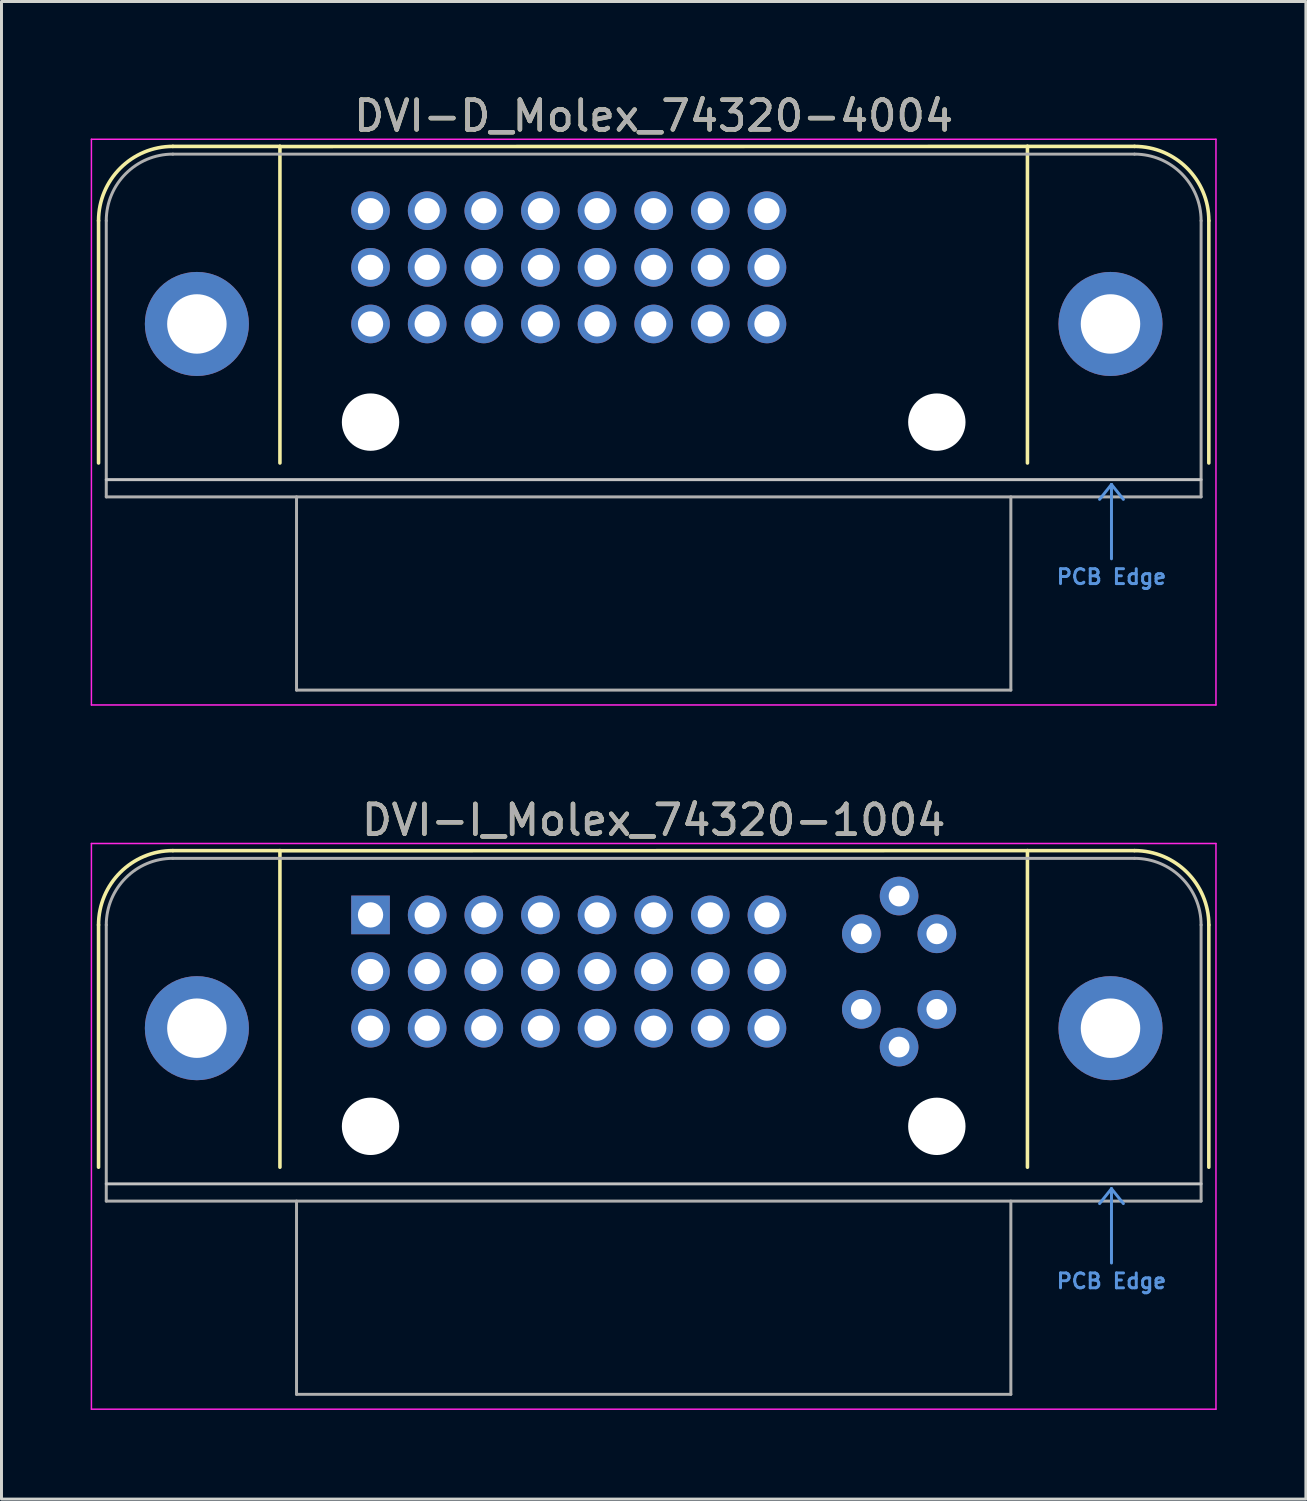
<source format=kicad_pcb>
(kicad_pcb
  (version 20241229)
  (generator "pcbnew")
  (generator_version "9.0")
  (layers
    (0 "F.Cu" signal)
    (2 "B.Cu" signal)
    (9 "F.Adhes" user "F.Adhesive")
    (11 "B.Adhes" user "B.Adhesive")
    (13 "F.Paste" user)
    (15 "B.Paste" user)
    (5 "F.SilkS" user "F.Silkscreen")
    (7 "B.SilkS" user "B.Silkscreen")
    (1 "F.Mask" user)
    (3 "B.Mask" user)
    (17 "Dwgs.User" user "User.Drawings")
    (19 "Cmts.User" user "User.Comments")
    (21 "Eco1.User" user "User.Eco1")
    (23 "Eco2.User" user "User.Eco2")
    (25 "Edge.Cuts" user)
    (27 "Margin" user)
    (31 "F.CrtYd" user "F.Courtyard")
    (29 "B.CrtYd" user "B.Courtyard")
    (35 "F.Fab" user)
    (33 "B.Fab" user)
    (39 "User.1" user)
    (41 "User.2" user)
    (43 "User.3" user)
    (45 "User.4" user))
  (footprint "DVI-I_Molex_74320-1004"
    (layer "F.Cu")
    (at 18.94 31.538)
    (property "Reference" "DVI-I_Molex_74320-1004" (at 0 -7 0) (layer "F.SilkS") (effects (font (size 1 1) (thickness 0.15))))
    (attr through_hole)
    (fp_line (start -18.675 -3.473) (end -18.675 4.677) (stroke (width 0.12) (type solid)) (layer "F.SilkS"))
    (fp_line (start -16.175 -5.973) (end -12.573 -5.973) (stroke (width 0.12) (type solid)) (layer "F.SilkS"))
    (fp_line (start -12.573 -5.973) (end -12.573 4.677) (stroke (width 0.12) (type solid)) (layer "F.SilkS"))
    (fp_line (start -12.573 -5.969) (end 12.573 -5.973) (stroke (width 0.12) (type solid)) (layer "F.SilkS"))
    (fp_line (start 12.573 -5.973) (end 12.573 4.677) (stroke (width 0.12) (type solid)) (layer "F.SilkS"))
    (fp_line (start 12.573 -5.973) (end 16.175 -5.973) (stroke (width 0.12) (type solid)) (layer "F.SilkS"))
    (fp_line (start 18.675 -3.473) (end 18.675 4.677) (stroke (width 0.12) (type solid)) (layer "F.SilkS"))
    (fp_arc (start -18.675 -3.4734) (mid -17.942767 -5.241167) (end -16.175 -5.9734) (stroke (width 0.12) (type solid)) (layer "F.SilkS"))
    (fp_arc (start 16.175 -5.9734) (mid 17.942767 -5.241167) (end 18.675 -3.4734) (stroke (width 0.12) (type solid)) (layer "F.SilkS"))
    (fp_line (start -18.415 5.237) (end 18.415 5.237) (stroke (width 0.1) (type default)) (layer "Dwgs.User"))
    (fp_line (start 15 5.9) (end 15.4 5.4) (stroke (width 0.1) (type default)) (layer "Cmts.User"))
    (fp_line (start 15.4 5.4) (end 15.4 7.9) (stroke (width 0.1) (type default)) (layer "Cmts.User"))
    (fp_line (start 15.4 5.4) (end 15.8 5.9) (stroke (width 0.1) (type default)) (layer "Cmts.User"))
    (fp_line (start -18.915 -6.213) (end 18.915 -6.213) (stroke (width 0.05) (type solid)) (layer "F.CrtYd"))
    (fp_line (start -18.915 12.817) (end -18.915 -6.213) (stroke (width 0.05) (type solid)) (layer "F.CrtYd"))
    (fp_line (start 18.915 -6.213) (end 18.915 12.817) (stroke (width 0.05) (type solid)) (layer "F.CrtYd"))
    (fp_line (start 18.915 12.817) (end -18.915 12.817) (stroke (width 0.05) (type solid)) (layer "F.CrtYd"))
    (fp_line (start -18.415 -3.473) (end -18.415 5.817) (stroke (width 0.1) (type solid)) (layer "F.Fab"))
    (fp_line (start -18.415 5.817) (end 18.415 5.817) (stroke (width 0.1) (type solid)) (layer "F.Fab"))
    (fp_line (start -16.175 -5.713) (end 16.175 -5.713) (stroke (width 0.1) (type default)) (layer "F.Fab"))
    (fp_line (start -12.015 12.317) (end -12.015 5.817) (stroke (width 0.1) (type solid)) (layer "F.Fab"))
    (fp_line (start -12.015 12.317) (end 12.015 12.317) (stroke (width 0.1) (type solid)) (layer "F.Fab"))
    (fp_line (start 12.015 12.317) (end 12.015 5.817) (stroke (width 0.1) (type solid)) (layer "F.Fab"))
    (fp_line (start 18.415 5.817) (end 18.415 -3.473) (stroke (width 0.1) (type solid)) (layer "F.Fab"))
    (fp_arc (start -18.415 -3.4734) (mid -17.758919 -5.057319) (end -16.175 -5.7134) (stroke (width 0.1) (type default)) (layer "F.Fab"))
    (fp_arc (start 16.175 -5.7134) (mid 17.758919 -5.057319) (end 18.415 -3.4734) (stroke (width 0.1) (type default)) (layer "F.Fab"))
    (fp_text user "PCB Edge" (at 15.4 8.8 0) (unlocked yes) (layer "Cmts.User") (effects (font (size 0.5 0.5) (thickness 0.1) (bold yes)) (justify bottom)))
    (fp_text user "${REFERENCE}" (at 0 -7 0) (layer "F.Fab") (effects (font (size 1 1) (thickness 0.15))))
    (pad "" np_thru_hole circle (at -9.525 3.302) (size 1.93 1.93) (drill 1.93) (layers "*.Cu" "*.Mask"))
    (pad "" np_thru_hole circle (at 9.525 3.302) (size 1.93 1.93) (drill 1.93) (layers "*.Cu" "*.Mask"))
    (pad "1" thru_hole rect (at -9.525 -3.81) (size 1.3 1.3) (drill 0.85) (layers "*.Cu" "*.Mask"))
    (pad "2" thru_hole circle (at -7.62 -3.81) (size 1.3 1.3) (drill 0.85) (layers "*.Cu" "*.Mask"))
    (pad "3" thru_hole circle (at -5.715 -3.81) (size 1.3 1.3) (drill 0.85) (layers "*.Cu" "*.Mask"))
    (pad "4" thru_hole circle (at -3.81 -3.81) (size 1.3 1.3) (drill 0.85) (layers "*.Cu" "*.Mask"))
    (pad "5" thru_hole circle (at -1.905 -3.81) (size 1.3 1.3) (drill 0.85) (layers "*.Cu" "*.Mask"))
    (pad "6" thru_hole circle (at 0 -3.81) (size 1.3 1.3) (drill 0.85) (layers "*.Cu" "*.Mask"))
    (pad "7" thru_hole circle (at 1.905 -3.81) (size 1.3 1.3) (drill 0.85) (layers "*.Cu" "*.Mask"))
    (pad "8" thru_hole circle (at 3.81 -3.81) (size 1.3 1.3) (drill 0.85) (layers "*.Cu" "*.Mask"))
    (pad "9" thru_hole circle (at -9.525 -1.905) (size 1.3 1.3) (drill 0.85) (layers "*.Cu" "*.Mask"))
    (pad "10" thru_hole circle (at -7.62 -1.905) (size 1.3 1.3) (drill 0.85) (layers "*.Cu" "*.Mask"))
    (pad "11" thru_hole circle (at -5.715 -1.905) (size 1.3 1.3) (drill 0.85) (layers "*.Cu" "*.Mask"))
    (pad "12" thru_hole circle (at -3.81 -1.905) (size 1.3 1.3) (drill 0.85) (layers "*.Cu" "*.Mask"))
    (pad "13" thru_hole circle (at -1.905 -1.905) (size 1.3 1.3) (drill 0.85) (layers "*.Cu" "*.Mask"))
    (pad "14" thru_hole circle (at 0 -1.905) (size 1.3 1.3) (drill 0.85) (layers "*.Cu" "*.Mask"))
    (pad "15" thru_hole circle (at 1.905 -1.905) (size 1.3 1.3) (drill 0.85) (layers "*.Cu" "*.Mask"))
    (pad "16" thru_hole circle (at 3.81 -1.905) (size 1.3 1.3) (drill 0.85) (layers "*.Cu" "*.Mask"))
    (pad "17" thru_hole circle (at -9.525 0) (size 1.3 1.3) (drill 0.85) (layers "*.Cu" "*.Mask"))
    (pad "18" thru_hole circle (at -7.62 0) (size 1.3 1.3) (drill 0.85) (layers "*.Cu" "*.Mask"))
    (pad "19" thru_hole circle (at -5.715 0) (size 1.3 1.3) (drill 0.85) (layers "*.Cu" "*.Mask"))
    (pad "20" thru_hole circle (at -3.81 0) (size 1.3 1.3) (drill 0.85) (layers "*.Cu" "*.Mask"))
    (pad "21" thru_hole circle (at -1.905 0) (size 1.3 1.3) (drill 0.85) (layers "*.Cu" "*.Mask"))
    (pad "22" thru_hole circle (at 0 0) (size 1.3 1.3) (drill 0.85) (layers "*.Cu" "*.Mask"))
    (pad "23" thru_hole circle (at 1.905 0) (size 1.3 1.3) (drill 0.85) (layers "*.Cu" "*.Mask"))
    (pad "24" thru_hole circle (at 3.81 0) (size 1.3 1.3) (drill 0.85) (layers "*.Cu" "*.Mask"))
    (pad "C1" thru_hole circle (at 6.985 -3.175) (size 1.3 1.3) (drill 0.7) (layers "*.Cu" "*.Mask"))
    (pad "C2" thru_hole circle (at 9.525 -3.175) (size 1.3 1.3) (drill 0.7) (layers "*.Cu" "*.Mask"))
    (pad "C3" thru_hole circle (at 6.985 -0.635) (size 1.3 1.3) (drill 0.7) (layers "*.Cu" "*.Mask"))
    (pad "C4" thru_hole circle (at 9.525 -0.635) (size 1.3 1.3) (drill 0.7) (layers "*.Cu" "*.Mask"))
    (pad "C5" thru_hole circle (at 8.255 -4.445) (size 1.3 1.3) (drill 0.7) (layers "*.Cu" "*.Mask"))
    (pad "C5" thru_hole circle (at 8.255 0.635) (size 1.3 1.3) (drill 0.7) (layers "*.Cu" "*.Mask"))
    (pad "SH" thru_hole circle (at -15.367 0) (size 3.5 3.5) (drill 2) (layers "*.Cu" "*.Mask"))
    (pad "SH" thru_hole circle (at 15.367 0) (size 3.5 3.5) (drill 2) (layers "*.Cu" "*.Mask")))
  (footprint "DVI-D_Molex_74320-4004"
    (layer "F.Cu")
    (at 18.94 7.848)
    (property "Reference" "DVI-D_Molex_74320-4004" (at 0 -7 0) (layer "F.SilkS") (effects (font (size 1 1) (thickness 0.15))))
    (attr through_hole)
    (fp_line (start -18.675 -3.473) (end -18.675 4.677) (stroke (width 0.12) (type solid)) (layer "F.SilkS"))
    (fp_line (start -16.175 -5.973) (end -12.573 -5.973) (stroke (width 0.12) (type solid)) (layer "F.SilkS"))
    (fp_line (start -12.573 -5.973) (end -12.573 4.677) (stroke (width 0.12) (type solid)) (layer "F.SilkS"))
    (fp_line (start -12.573 -5.969) (end 12.573 -5.973) (stroke (width 0.12) (type solid)) (layer "F.SilkS"))
    (fp_line (start 12.573 -5.973) (end 12.573 4.677) (stroke (width 0.12) (type solid)) (layer "F.SilkS"))
    (fp_line (start 12.573 -5.973) (end 16.175 -5.973) (stroke (width 0.12) (type solid)) (layer "F.SilkS"))
    (fp_line (start 18.675 -3.473) (end 18.675 4.677) (stroke (width 0.12) (type solid)) (layer "F.SilkS"))
    (fp_arc (start -18.675 -3.4734) (mid -17.942767 -5.241167) (end -16.175 -5.9734) (stroke (width 0.12) (type solid)) (layer "F.SilkS"))
    (fp_arc (start 16.175 -5.9734) (mid 17.942767 -5.241167) (end 18.675 -3.4734) (stroke (width 0.12) (type solid)) (layer "F.SilkS"))
    (fp_line (start -18.415 5.237) (end 18.415 5.237) (stroke (width 0.1) (type default)) (layer "Dwgs.User"))
    (fp_line (start 15 5.9) (end 15.4 5.4) (stroke (width 0.1) (type default)) (layer "Cmts.User"))
    (fp_line (start 15.4 5.4) (end 15.4 7.9) (stroke (width 0.1) (type default)) (layer "Cmts.User"))
    (fp_line (start 15.4 5.4) (end 15.8 5.9) (stroke (width 0.1) (type default)) (layer "Cmts.User"))
    (fp_line (start -18.915 -6.213) (end 18.915 -6.213) (stroke (width 0.05) (type solid)) (layer "F.CrtYd"))
    (fp_line (start -18.915 12.817) (end -18.915 -6.213) (stroke (width 0.05) (type solid)) (layer "F.CrtYd"))
    (fp_line (start 18.915 -6.213) (end 18.915 12.817) (stroke (width 0.05) (type solid)) (layer "F.CrtYd"))
    (fp_line (start 18.915 12.817) (end -18.915 12.817) (stroke (width 0.05) (type solid)) (layer "F.CrtYd"))
    (fp_line (start -18.415 -3.473) (end -18.415 5.817) (stroke (width 0.1) (type solid)) (layer "F.Fab"))
    (fp_line (start -18.415 5.817) (end 18.415 5.817) (stroke (width 0.1) (type solid)) (layer "F.Fab"))
    (fp_line (start -16.175 -5.713) (end 16.175 -5.713) (stroke (width 0.1) (type default)) (layer "F.Fab"))
    (fp_line (start -12.015 12.317) (end -12.015 5.817) (stroke (width 0.1) (type solid)) (layer "F.Fab"))
    (fp_line (start -12.015 12.317) (end 12.015 12.317) (stroke (width 0.1) (type solid)) (layer "F.Fab"))
    (fp_line (start 12.015 12.317) (end 12.015 5.817) (stroke (width 0.1) (type solid)) (layer "F.Fab"))
    (fp_line (start 18.415 5.817) (end 18.415 -3.473) (stroke (width 0.1) (type solid)) (layer "F.Fab"))
    (fp_arc (start -18.415 -3.4734) (mid -17.758919 -5.057319) (end -16.175 -5.7134) (stroke (width 0.1) (type default)) (layer "F.Fab"))
    (fp_arc (start 16.175 -5.7134) (mid 17.758919 -5.057319) (end 18.415 -3.4734) (stroke (width 0.1) (type default)) (layer "F.Fab"))
    (fp_text user "PCB Edge" (at 15.4 8.8 0) (unlocked yes) (layer "Cmts.User") (effects (font (size 0.5 0.5) (thickness 0.1) (bold yes)) (justify bottom)))
    (fp_text user "${REFERENCE}" (at 0 -7 0) (layer "F.Fab") (effects (font (size 1 1) (thickness 0.15))))
    (pad "" np_thru_hole circle (at -9.525 3.302) (size 1.93 1.93) (drill 1.93) (layers "*.Cu" "*.Mask"))
    (pad "" np_thru_hole circle (at 9.525 3.302) (size 1.93 1.93) (drill 1.93) (layers "*.Cu" "*.Mask"))
    (pad "1" thru_hole circle (at -9.525 -3.81) (size 1.3 1.3) (drill 0.85) (layers "*.Cu" "*.Mask"))
    (pad "2" thru_hole circle (at -7.62 -3.81) (size 1.3 1.3) (drill 0.85) (layers "*.Cu" "*.Mask"))
    (pad "3" thru_hole circle (at -5.715 -3.81) (size 1.3 1.3) (drill 0.85) (layers "*.Cu" "*.Mask"))
    (pad "4" thru_hole circle (at -3.81 -3.81) (size 1.3 1.3) (drill 0.85) (layers "*.Cu" "*.Mask"))
    (pad "5" thru_hole circle (at -1.905 -3.81) (size 1.3 1.3) (drill 0.85) (layers "*.Cu" "*.Mask"))
    (pad "6" thru_hole circle (at 0 -3.81) (size 1.3 1.3) (drill 0.85) (layers "*.Cu" "*.Mask"))
    (pad "7" thru_hole circle (at 1.905 -3.81) (size 1.3 1.3) (drill 0.85) (layers "*.Cu" "*.Mask"))
    (pad "8" thru_hole circle (at 3.81 -3.81) (size 1.3 1.3) (drill 0.85) (layers "*.Cu" "*.Mask"))
    (pad "9" thru_hole circle (at -9.525 -1.905) (size 1.3 1.3) (drill 0.85) (layers "*.Cu" "*.Mask"))
    (pad "10" thru_hole circle (at -7.62 -1.905) (size 1.3 1.3) (drill 0.85) (layers "*.Cu" "*.Mask"))
    (pad "11" thru_hole circle (at -5.715 -1.905) (size 1.3 1.3) (drill 0.85) (layers "*.Cu" "*.Mask"))
    (pad "12" thru_hole circle (at -3.81 -1.905) (size 1.3 1.3) (drill 0.85) (layers "*.Cu" "*.Mask"))
    (pad "13" thru_hole circle (at -1.905 -1.905) (size 1.3 1.3) (drill 0.85) (layers "*.Cu" "*.Mask"))
    (pad "14" thru_hole circle (at 0 -1.905) (size 1.3 1.3) (drill 0.85) (layers "*.Cu" "*.Mask"))
    (pad "15" thru_hole circle (at 1.905 -1.905) (size 1.3 1.3) (drill 0.85) (layers "*.Cu" "*.Mask"))
    (pad "16" thru_hole circle (at 3.81 -1.905) (size 1.3 1.3) (drill 0.85) (layers "*.Cu" "*.Mask"))
    (pad "17" thru_hole circle (at -9.525 0) (size 1.3 1.3) (drill 0.85) (layers "*.Cu" "*.Mask"))
    (pad "18" thru_hole circle (at -7.62 0) (size 1.3 1.3) (drill 0.85) (layers "*.Cu" "*.Mask"))
    (pad "19" thru_hole circle (at -5.715 0) (size 1.3 1.3) (drill 0.85) (layers "*.Cu" "*.Mask"))
    (pad "20" thru_hole circle (at -3.81 0) (size 1.3 1.3) (drill 0.85) (layers "*.Cu" "*.Mask"))
    (pad "21" thru_hole circle (at -1.905 0) (size 1.3 1.3) (drill 0.85) (layers "*.Cu" "*.Mask"))
    (pad "22" thru_hole circle (at 0 0) (size 1.3 1.3) (drill 0.85) (layers "*.Cu" "*.Mask"))
    (pad "23" thru_hole circle (at 1.905 0) (size 1.3 1.3) (drill 0.85) (layers "*.Cu" "*.Mask"))
    (pad "24" thru_hole circle (at 3.81 0) (size 1.3 1.3) (drill 0.85) (layers "*.Cu" "*.Mask"))
    (pad "SH" thru_hole circle (at -15.367 0) (size 3.5 3.5) (drill 2) (layers "*.Cu" "*.Mask"))
    (pad "SH" thru_hole circle (at 15.367 0) (size 3.5 3.5) (drill 2) (layers "*.Cu" "*.Mask")))
  (gr_rect
    (start -3 -3)
    (end 40.88 47.38)
    (stroke (width 0.1) (type default))
    (fill no)
    (layer "Edge.Cuts")))
</source>
